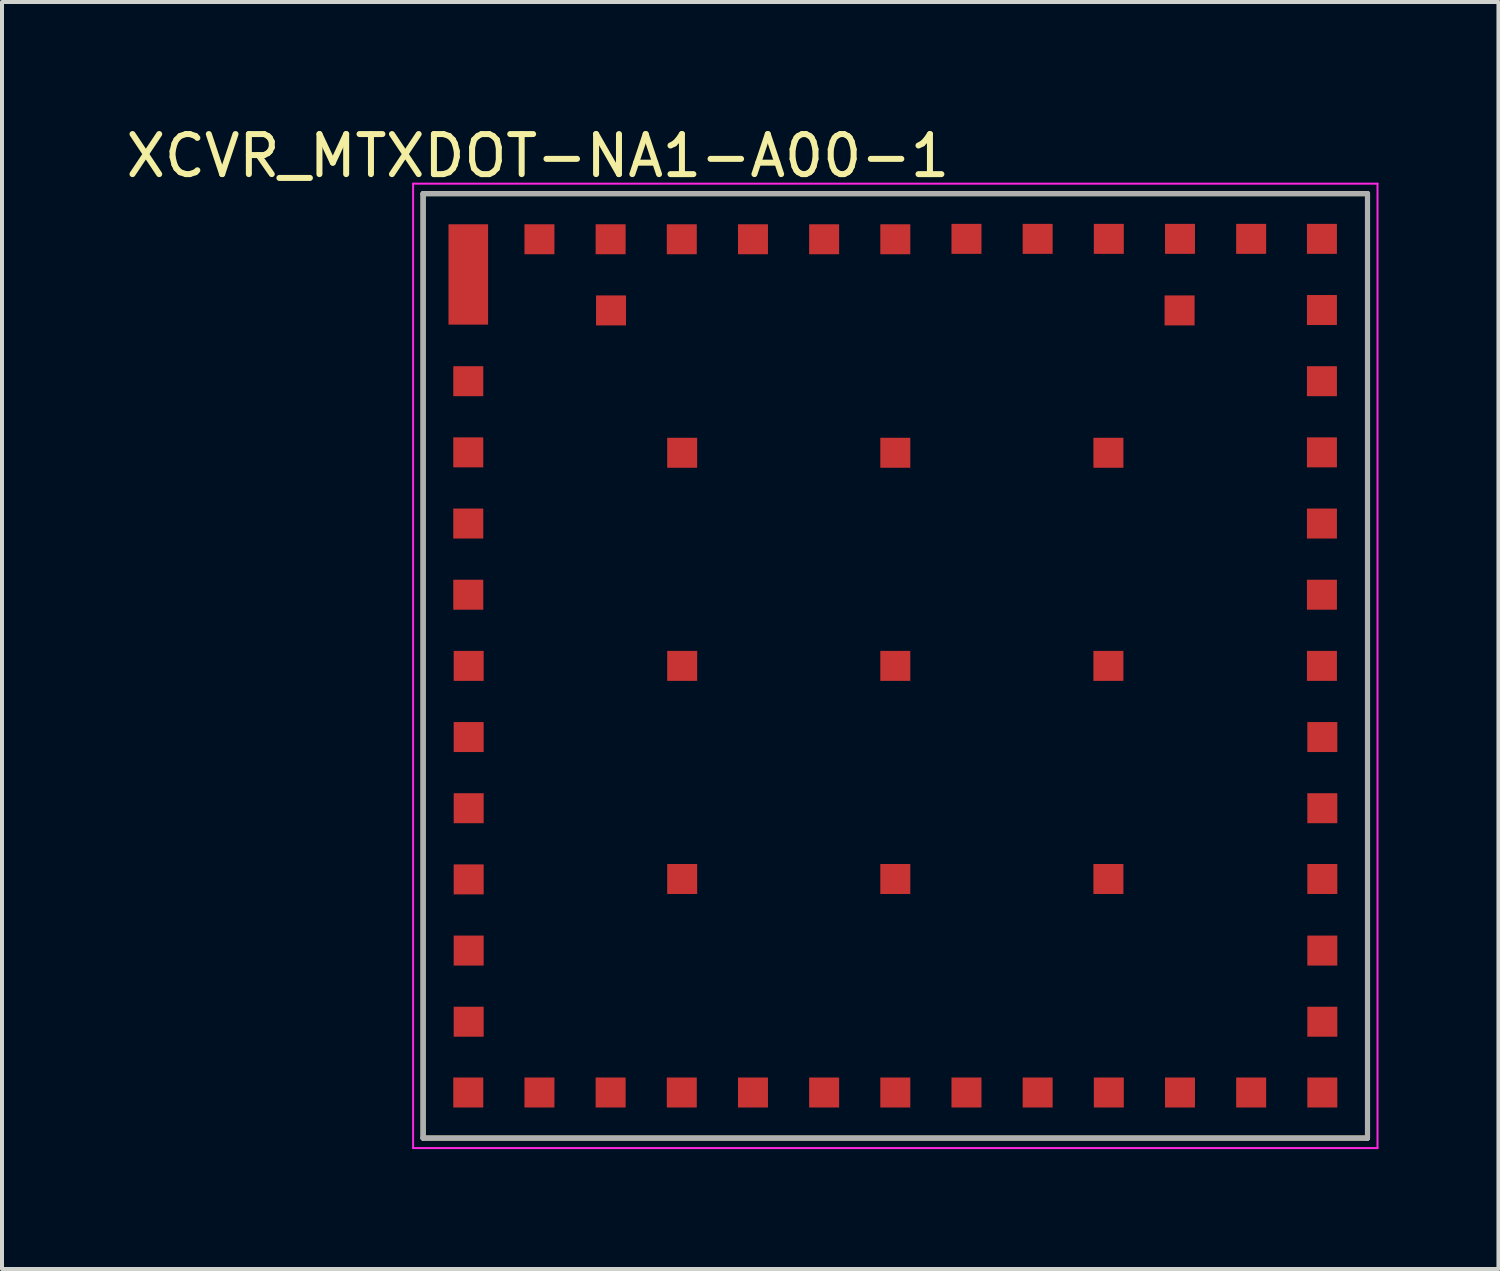
<source format=kicad_pcb>
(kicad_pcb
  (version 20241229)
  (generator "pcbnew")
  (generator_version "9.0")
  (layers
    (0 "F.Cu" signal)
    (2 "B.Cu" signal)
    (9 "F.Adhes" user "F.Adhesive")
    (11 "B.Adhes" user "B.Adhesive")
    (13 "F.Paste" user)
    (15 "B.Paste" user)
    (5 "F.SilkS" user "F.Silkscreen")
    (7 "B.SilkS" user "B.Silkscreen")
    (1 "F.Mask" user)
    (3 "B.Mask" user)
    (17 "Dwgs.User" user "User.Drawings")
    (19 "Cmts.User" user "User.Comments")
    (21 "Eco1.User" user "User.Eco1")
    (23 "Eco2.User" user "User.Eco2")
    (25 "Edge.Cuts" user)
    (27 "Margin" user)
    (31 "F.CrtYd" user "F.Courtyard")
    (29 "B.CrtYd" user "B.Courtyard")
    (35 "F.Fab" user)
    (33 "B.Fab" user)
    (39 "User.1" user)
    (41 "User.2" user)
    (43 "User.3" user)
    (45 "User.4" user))
  (footprint "XCVR_MTXDOT-NA1-A00-1"
    (layer "F.Cu")
    (at 19.342 13.604)
    (property "Reference" "XCVR_MTXDOT-NA1-A00-1" (at -8.939 -12.755 0) (layer "F.SilkS") (effects (font (size 1.002 1.002) (thickness 0.15))))
    (attr through_hole)
    (fp_line (start -11.81 -11.81) (end 11.81 -11.81) (stroke (width 0.127) (type solid)) (layer "F.SilkS"))
    (fp_line (start -11.81 11.81) (end -11.81 -11.81) (stroke (width 0.127) (type solid)) (layer "F.SilkS"))
    (fp_line (start 11.81 -11.81) (end 11.81 11.81) (stroke (width 0.127) (type solid)) (layer "F.SilkS"))
    (fp_line (start 11.81 11.81) (end -11.81 11.81) (stroke (width 0.127) (type solid)) (layer "F.SilkS"))
    (fp_line (start -12.06 -12.06) (end 12.06 -12.06) (stroke (width 0.05) (type solid)) (layer "F.CrtYd"))
    (fp_line (start -12.06 12.06) (end -12.06 -12.06) (stroke (width 0.05) (type solid)) (layer "F.CrtYd"))
    (fp_line (start 12.06 -12.06) (end 12.06 12.06) (stroke (width 0.05) (type solid)) (layer "F.CrtYd"))
    (fp_line (start 12.06 12.06) (end -12.06 12.06) (stroke (width 0.05) (type solid)) (layer "F.CrtYd"))
    (fp_line (start -11.81 -11.81) (end 11.81 -11.81) (stroke (width 0.127) (type solid)) (layer "F.Fab"))
    (fp_line (start -11.81 11.81) (end -11.81 -11.81) (stroke (width 0.127) (type solid)) (layer "F.Fab"))
    (fp_line (start 11.81 -11.81) (end 11.81 11.81) (stroke (width 0.127) (type solid)) (layer "F.Fab"))
    (fp_line (start 11.81 11.81) (end -11.81 11.81) (stroke (width 0.127) (type solid)) (layer "F.Fab"))
    (pad "1" smd rect (at -10.68 -9.79) (size 0.99 2.51) (layers "F.Cu" "F.Mask" "F.Paste"))
    (pad "2" smd rect (at -10.68 -7.12) (size 0.75 0.75) (layers "F.Cu" "F.Mask" "F.Paste"))
    (pad "3" smd rect (at -10.68 -5.34) (size 0.75 0.75) (layers "F.Cu" "F.Mask" "F.Paste"))
    (pad "4" smd rect (at -10.68 -3.56) (size 0.75 0.75) (layers "F.Cu" "F.Mask" "F.Paste"))
    (pad "5" smd rect (at -10.68 -1.78) (size 0.75 0.75) (layers "F.Cu" "F.Mask" "F.Paste"))
    (pad "6" smd rect (at -10.67 0) (size 0.75 0.75) (layers "F.Cu" "F.Mask" "F.Paste"))
    (pad "7" smd rect (at -10.67 1.78) (size 0.75 0.75) (layers "F.Cu" "F.Mask" "F.Paste"))
    (pad "8" smd rect (at -10.67 3.56) (size 0.75 0.75) (layers "F.Cu" "F.Mask" "F.Paste"))
    (pad "9" smd rect (at -10.67 5.34) (size 0.75 0.75) (layers "F.Cu" "F.Mask" "F.Paste"))
    (pad "10" smd rect (at -10.67 7.12) (size 0.75 0.75) (layers "F.Cu" "F.Mask" "F.Paste"))
    (pad "11" smd rect (at -10.67 8.9) (size 0.75 0.75) (layers "F.Cu" "F.Mask" "F.Paste"))
    (pad "12" smd rect (at -10.68 10.67) (size 0.75 0.75) (layers "F.Cu" "F.Mask" "F.Paste"))
    (pad "13" smd rect (at -8.9 10.67) (size 0.75 0.75) (layers "F.Cu" "F.Mask" "F.Paste"))
    (pad "14" smd rect (at -7.12 10.67) (size 0.75 0.75) (layers "F.Cu" "F.Mask" "F.Paste"))
    (pad "15" smd rect (at -5.34 10.67) (size 0.75 0.75) (layers "F.Cu" "F.Mask" "F.Paste"))
    (pad "16" smd rect (at -3.56 10.67) (size 0.75 0.75) (layers "F.Cu" "F.Mask" "F.Paste"))
    (pad "17" smd rect (at -1.78 10.67) (size 0.75 0.75) (layers "F.Cu" "F.Mask" "F.Paste"))
    (pad "18" smd rect (at 0 10.67) (size 0.75 0.75) (layers "F.Cu" "F.Mask" "F.Paste"))
    (pad "19" smd rect (at 1.78 10.67) (size 0.75 0.75) (layers "F.Cu" "F.Mask" "F.Paste"))
    (pad "20" smd rect (at 3.56 10.67) (size 0.75 0.75) (layers "F.Cu" "F.Mask" "F.Paste"))
    (pad "21" smd rect (at 5.34 10.67) (size 0.75 0.75) (layers "F.Cu" "F.Mask" "F.Paste"))
    (pad "22" smd rect (at 7.12 10.67) (size 0.75 0.75) (layers "F.Cu" "F.Mask" "F.Paste"))
    (pad "23" smd rect (at 8.9 10.67) (size 0.75 0.75) (layers "F.Cu" "F.Mask" "F.Paste"))
    (pad "24" smd rect (at 10.68 10.67) (size 0.75 0.75) (layers "F.Cu" "F.Mask" "F.Paste"))
    (pad "25" smd rect (at 10.68 8.9) (size 0.75 0.75) (layers "F.Cu" "F.Mask" "F.Paste"))
    (pad "26" smd rect (at 10.68 7.12) (size 0.75 0.75) (layers "F.Cu" "F.Mask" "F.Paste"))
    (pad "27" smd rect (at 10.68 5.33) (size 0.75 0.75) (layers "F.Cu" "F.Mask" "F.Paste"))
    (pad "28" smd rect (at 10.68 3.56) (size 0.75 0.75) (layers "F.Cu" "F.Mask" "F.Paste"))
    (pad "29" smd rect (at 10.68 1.78) (size 0.75 0.75) (layers "F.Cu" "F.Mask" "F.Paste"))
    (pad "30" smd rect (at 10.67 0) (size 0.75 0.75) (layers "F.Cu" "F.Mask" "F.Paste"))
    (pad "31" smd rect (at 10.67 -1.78) (size 0.75 0.75) (layers "F.Cu" "F.Mask" "F.Paste"))
    (pad "32" smd rect (at 10.67 -3.56) (size 0.75 0.75) (layers "F.Cu" "F.Mask" "F.Paste"))
    (pad "33" smd rect (at 10.67 -5.34) (size 0.75 0.75) (layers "F.Cu" "F.Mask" "F.Paste"))
    (pad "34" smd rect (at 10.67 -7.12) (size 0.75 0.75) (layers "F.Cu" "F.Mask" "F.Paste"))
    (pad "35" smd rect (at 10.67 -8.9) (size 0.75 0.75) (layers "F.Cu" "F.Mask" "F.Paste"))
    (pad "36" smd rect (at 10.67 -10.68) (size 0.75 0.75) (layers "F.Cu" "F.Mask" "F.Paste"))
    (pad "37" smd rect (at 8.9 -10.68) (size 0.75 0.75) (layers "F.Cu" "F.Mask" "F.Paste"))
    (pad "38" smd rect (at 7.12 -10.68) (size 0.75 0.75) (layers "F.Cu" "F.Mask" "F.Paste"))
    (pad "39" smd rect (at 5.34 -10.68) (size 0.75 0.75) (layers "F.Cu" "F.Mask" "F.Paste"))
    (pad "40" smd rect (at 3.56 -10.68) (size 0.75 0.75) (layers "F.Cu" "F.Mask" "F.Paste"))
    (pad "41" smd rect (at 1.78 -10.68) (size 0.75 0.75) (layers "F.Cu" "F.Mask" "F.Paste"))
    (pad "42" smd rect (at 0 -10.67) (size 0.75 0.75) (layers "F.Cu" "F.Mask" "F.Paste"))
    (pad "43" smd rect (at -1.78 -10.67) (size 0.75 0.75) (layers "F.Cu" "F.Mask" "F.Paste"))
    (pad "44" smd rect (at -3.56 -10.67) (size 0.75 0.75) (layers "F.Cu" "F.Mask" "F.Paste"))
    (pad "45" smd rect (at -5.34 -10.67) (size 0.75 0.75) (layers "F.Cu" "F.Mask" "F.Paste"))
    (pad "46" smd rect (at -7.12 -10.67) (size 0.75 0.75) (layers "F.Cu" "F.Mask" "F.Paste"))
    (pad "47" smd rect (at -8.9 -10.67) (size 0.75 0.75) (layers "F.Cu" "F.Mask" "F.Paste"))
    (pad "48" smd rect (at 7.11 -8.89) (size 0.75 0.75) (layers "F.Cu" "F.Mask" "F.Paste"))
    (pad "49" smd rect (at -7.11 -8.89) (size 0.75 0.75) (layers "F.Cu" "F.Mask" "F.Paste"))
    (pad "50" smd rect (at -5.33 -5.33) (size 0.75 0.75) (layers "F.Cu" "F.Mask" "F.Paste"))
    (pad "51" smd rect (at 0 -5.33) (size 0.75 0.75) (layers "F.Cu" "F.Mask" "F.Paste"))
    (pad "52" smd rect (at 5.33 -5.33) (size 0.75 0.75) (layers "F.Cu" "F.Mask" "F.Paste"))
    (pad "53" smd rect (at -5.33 0) (size 0.75 0.75) (layers "F.Cu" "F.Mask" "F.Paste"))
    (pad "54" smd rect (at 0 0) (size 0.75 0.75) (layers "F.Cu" "F.Mask" "F.Paste"))
    (pad "55" smd rect (at 5.33 0) (size 0.75 0.75) (layers "F.Cu" "F.Mask" "F.Paste"))
    (pad "56" smd rect (at -5.33 5.33) (size 0.75 0.75) (layers "F.Cu" "F.Mask" "F.Paste"))
    (pad "57" smd rect (at 0 5.33) (size 0.75 0.75) (layers "F.Cu" "F.Mask" "F.Paste"))
    (pad "58" smd rect (at 5.33 5.33) (size 0.75 0.75) (layers "F.Cu" "F.Mask" "F.Paste")))
  (gr_rect
    (start -3 -3)
    (end 34.427 28.689)
    (stroke (width 0.1) (type default))
    (fill no)
    (layer "Edge.Cuts")))
</source>
